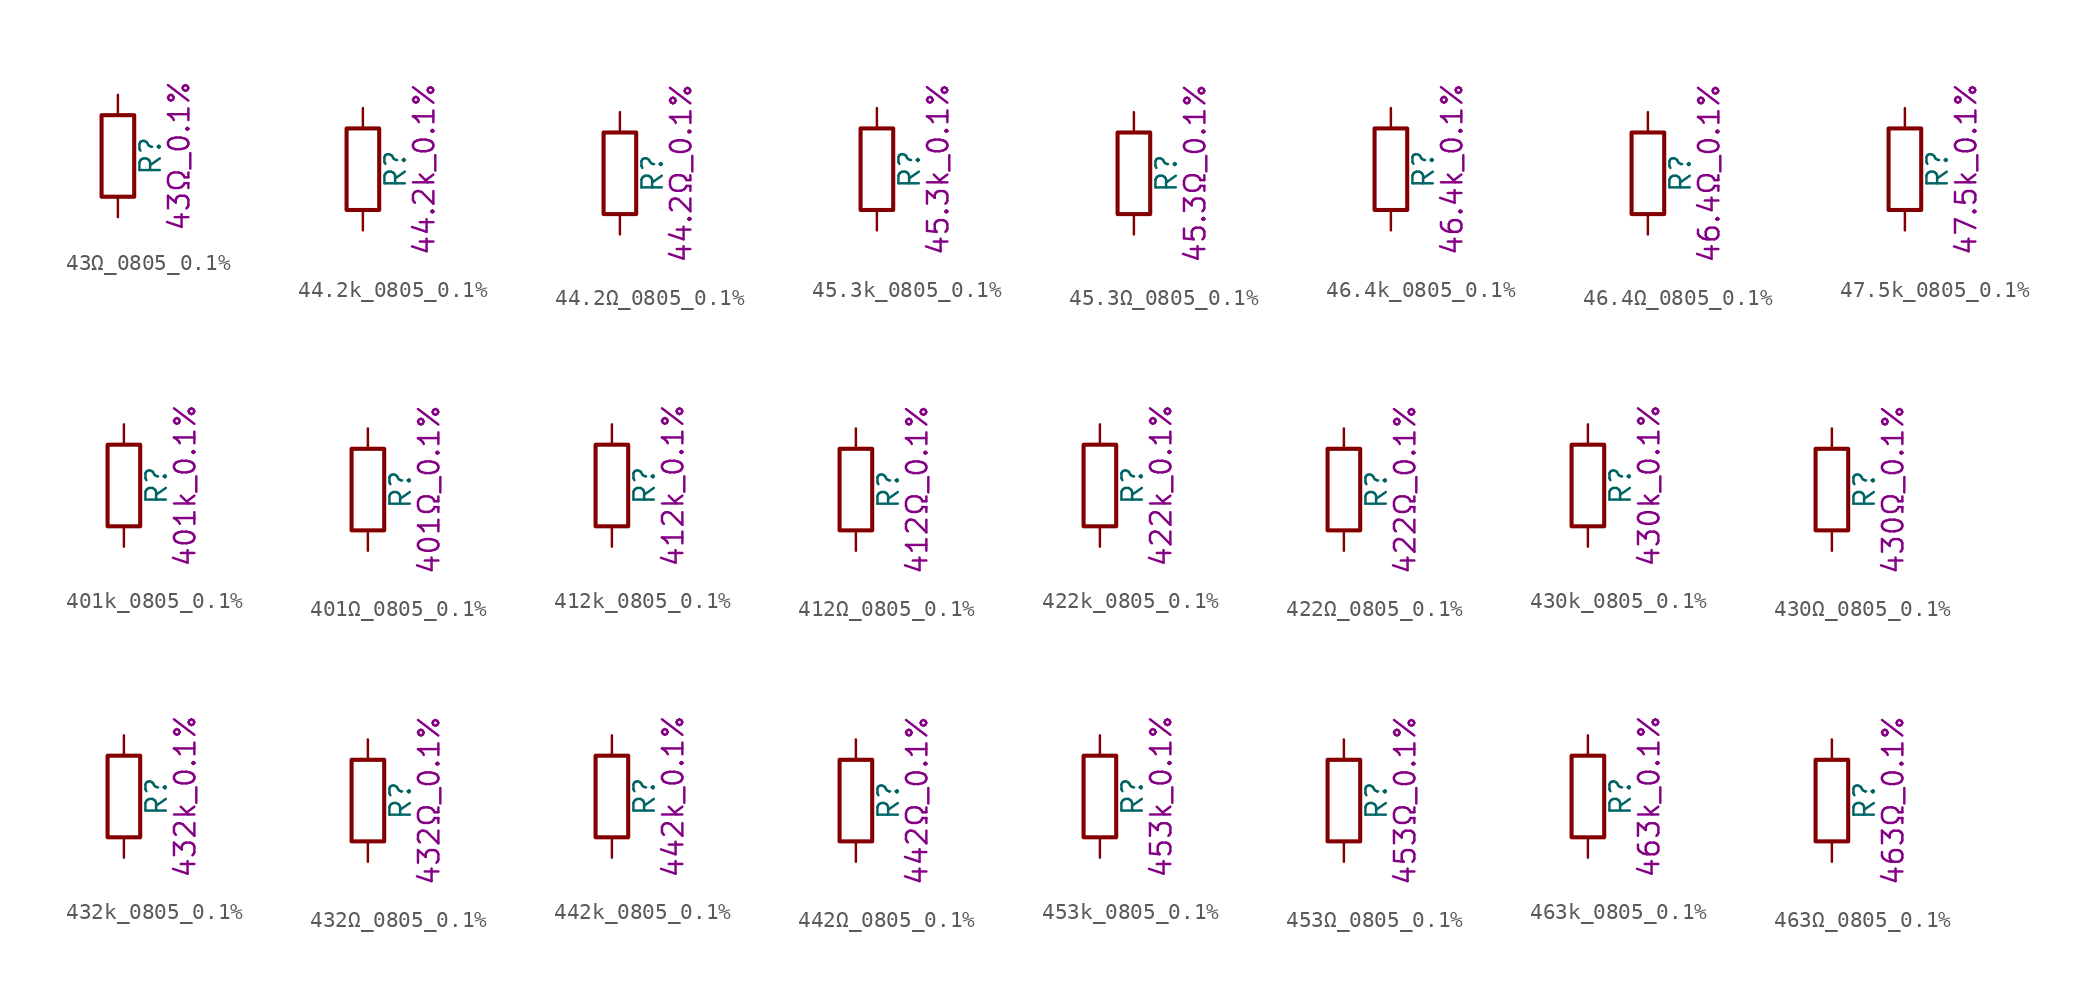
<source format=kicad_sym>
(kicad_symbol_lib
  (version 20211014)
  (generator kicad_symbol_editor)
  (symbol "43Ω_0805_0.1%"
    (pin_numbers hide)
    (pin_names
      (offset 0))
    (property "Reference" "R"
      (at 2.032 0 90)
      (effects (font (size 1.27 1.27))))
    (property "Display" "43Ω_0.1%"
      (at 3.81 0 90)
      (effects (font (size 1.27 1.27))))
    (symbol "43Ω_0805_0.1%_0_1"
      (rectangle (start -1.016 -2.54) (end 1.016 2.54) (stroke (width 0.254) (type default) (color 0 0 0 0)) (fill (type none))))
    (symbol "43Ω_0805_0.1%_1_1"
      (pin passive line (at 0 3.81 270) (length 1.27) (name "~" (effects (font (size 1.27 1.27)))) (number "1" (effects (font (size 1.27 1.27)))))
      (pin passive line (at 0 -3.81 90) (length 1.27) (name "~" (effects (font (size 1.27 1.27)))) (number "2" (effects (font (size 1.27 1.27)))))))
  (symbol "44.2k_0805_0.1%"
    (pin_numbers hide)
    (pin_names
      (offset 0))
    (property "Reference" "R"
      (at 2.032 0 90)
      (effects (font (size 1.27 1.27))))
    (property "Display" "44.2k_0.1%"
      (at 3.81 0 90)
      (effects (font (size 1.27 1.27))))
    (symbol "44.2k_0805_0.1%_0_1"
      (rectangle (start -1.016 -2.54) (end 1.016 2.54) (stroke (width 0.254) (type default) (color 0 0 0 0)) (fill (type none))))
    (symbol "44.2k_0805_0.1%_1_1"
      (pin passive line (at 0 3.81 270) (length 1.27) (name "~" (effects (font (size 1.27 1.27)))) (number "1" (effects (font (size 1.27 1.27)))))
      (pin passive line (at 0 -3.81 90) (length 1.27) (name "~" (effects (font (size 1.27 1.27)))) (number "2" (effects (font (size 1.27 1.27)))))))
  (symbol "44.2Ω_0805_0.1%"
    (pin_numbers hide)
    (pin_names
      (offset 0))
    (property "Reference" "R"
      (at 2.032 0 90)
      (effects (font (size 1.27 1.27))))
    (property "Display" "44.2Ω_0.1%"
      (at 3.81 0 90)
      (effects (font (size 1.27 1.27))))
    (symbol "44.2Ω_0805_0.1%_0_1"
      (rectangle (start -1.016 -2.54) (end 1.016 2.54) (stroke (width 0.254) (type default) (color 0 0 0 0)) (fill (type none))))
    (symbol "44.2Ω_0805_0.1%_1_1"
      (pin passive line (at 0 3.81 270) (length 1.27) (name "~" (effects (font (size 1.27 1.27)))) (number "1" (effects (font (size 1.27 1.27)))))
      (pin passive line (at 0 -3.81 90) (length 1.27) (name "~" (effects (font (size 1.27 1.27)))) (number "2" (effects (font (size 1.27 1.27)))))))
  (symbol "45.3k_0805_0.1%"
    (pin_numbers hide)
    (pin_names
      (offset 0))
    (property "Reference" "R"
      (at 2.032 0 90)
      (effects (font (size 1.27 1.27))))
    (property "Display" "45.3k_0.1%"
      (at 3.81 0 90)
      (effects (font (size 1.27 1.27))))
    (symbol "45.3k_0805_0.1%_0_1"
      (rectangle (start -1.016 -2.54) (end 1.016 2.54) (stroke (width 0.254) (type default) (color 0 0 0 0)) (fill (type none))))
    (symbol "45.3k_0805_0.1%_1_1"
      (pin passive line (at 0 3.81 270) (length 1.27) (name "~" (effects (font (size 1.27 1.27)))) (number "1" (effects (font (size 1.27 1.27)))))
      (pin passive line (at 0 -3.81 90) (length 1.27) (name "~" (effects (font (size 1.27 1.27)))) (number "2" (effects (font (size 1.27 1.27)))))))
  (symbol "45.3Ω_0805_0.1%"
    (pin_numbers hide)
    (pin_names
      (offset 0))
    (property "Reference" "R"
      (at 2.032 0 90)
      (effects (font (size 1.27 1.27))))
    (property "Display" "45.3Ω_0.1%"
      (at 3.81 0 90)
      (effects (font (size 1.27 1.27))))
    (symbol "45.3Ω_0805_0.1%_0_1"
      (rectangle (start -1.016 -2.54) (end 1.016 2.54) (stroke (width 0.254) (type default) (color 0 0 0 0)) (fill (type none))))
    (symbol "45.3Ω_0805_0.1%_1_1"
      (pin passive line (at 0 3.81 270) (length 1.27) (name "~" (effects (font (size 1.27 1.27)))) (number "1" (effects (font (size 1.27 1.27)))))
      (pin passive line (at 0 -3.81 90) (length 1.27) (name "~" (effects (font (size 1.27 1.27)))) (number "2" (effects (font (size 1.27 1.27)))))))
  (symbol "46.4k_0805_0.1%"
    (pin_numbers hide)
    (pin_names
      (offset 0))
    (property "Reference" "R"
      (at 2.032 0 90)
      (effects (font (size 1.27 1.27))))
    (property "Display" "46.4k_0.1%"
      (at 3.81 0 90)
      (effects (font (size 1.27 1.27))))
    (symbol "46.4k_0805_0.1%_0_1"
      (rectangle (start -1.016 -2.54) (end 1.016 2.54) (stroke (width 0.254) (type default) (color 0 0 0 0)) (fill (type none))))
    (symbol "46.4k_0805_0.1%_1_1"
      (pin passive line (at 0 3.81 270) (length 1.27) (name "~" (effects (font (size 1.27 1.27)))) (number "1" (effects (font (size 1.27 1.27)))))
      (pin passive line (at 0 -3.81 90) (length 1.27) (name "~" (effects (font (size 1.27 1.27)))) (number "2" (effects (font (size 1.27 1.27)))))))
  (symbol "46.4Ω_0805_0.1%"
    (pin_numbers hide)
    (pin_names
      (offset 0))
    (property "Reference" "R"
      (at 2.032 0 90)
      (effects (font (size 1.27 1.27))))
    (property "Display" "46.4Ω_0.1%"
      (at 3.81 0 90)
      (effects (font (size 1.27 1.27))))
    (symbol "46.4Ω_0805_0.1%_0_1"
      (rectangle (start -1.016 -2.54) (end 1.016 2.54) (stroke (width 0.254) (type default) (color 0 0 0 0)) (fill (type none))))
    (symbol "46.4Ω_0805_0.1%_1_1"
      (pin passive line (at 0 3.81 270) (length 1.27) (name "~" (effects (font (size 1.27 1.27)))) (number "1" (effects (font (size 1.27 1.27)))))
      (pin passive line (at 0 -3.81 90) (length 1.27) (name "~" (effects (font (size 1.27 1.27)))) (number "2" (effects (font (size 1.27 1.27)))))))
  (symbol "47.5k_0805_0.1%"
    (pin_numbers hide)
    (pin_names
      (offset 0))
    (property "Reference" "R"
      (at 2.032 0 90)
      (effects (font (size 1.27 1.27))))
    (property "Display" "47.5k_0.1%"
      (at 3.81 0 90)
      (effects (font (size 1.27 1.27))))
    (symbol "47.5k_0805_0.1%_0_1"
      (rectangle (start -1.016 -2.54) (end 1.016 2.54) (stroke (width 0.254) (type default) (color 0 0 0 0)) (fill (type none))))
    (symbol "47.5k_0805_0.1%_1_1"
      (pin passive line (at 0 3.81 270) (length 1.27) (name "~" (effects (font (size 1.27 1.27)))) (number "1" (effects (font (size 1.27 1.27)))))
      (pin passive line (at 0 -3.81 90) (length 1.27) (name "~" (effects (font (size 1.27 1.27)))) (number "2" (effects (font (size 1.27 1.27)))))))
  (symbol "401k_0805_0.1%"
    (pin_numbers hide)
    (pin_names
      (offset 0))
    (property "Reference" "R"
      (at 2.032 0 90)
      (effects (font (size 1.27 1.27))))
    (property "Display" "401k_0.1%"
      (at 3.81 0 90)
      (effects (font (size 1.27 1.27))))
    (symbol "401k_0805_0.1%_0_1"
      (rectangle (start -1.016 -2.54) (end 1.016 2.54) (stroke (width 0.254) (type default) (color 0 0 0 0)) (fill (type none))))
    (symbol "401k_0805_0.1%_1_1"
      (pin passive line (at 0 3.81 270) (length 1.27) (name "~" (effects (font (size 1.27 1.27)))) (number "1" (effects (font (size 1.27 1.27)))))
      (pin passive line (at 0 -3.81 90) (length 1.27) (name "~" (effects (font (size 1.27 1.27)))) (number "2" (effects (font (size 1.27 1.27)))))))
  (symbol "401Ω_0805_0.1%"
    (pin_numbers hide)
    (pin_names
      (offset 0))
    (property "Reference" "R"
      (at 2.032 0 90)
      (effects (font (size 1.27 1.27))))
    (property "Display" "401Ω_0.1%"
      (at 3.81 0 90)
      (effects (font (size 1.27 1.27))))
    (symbol "401Ω_0805_0.1%_0_1"
      (rectangle (start -1.016 -2.54) (end 1.016 2.54) (stroke (width 0.254) (type default) (color 0 0 0 0)) (fill (type none))))
    (symbol "401Ω_0805_0.1%_1_1"
      (pin passive line (at 0 3.81 270) (length 1.27) (name "~" (effects (font (size 1.27 1.27)))) (number "1" (effects (font (size 1.27 1.27)))))
      (pin passive line (at 0 -3.81 90) (length 1.27) (name "~" (effects (font (size 1.27 1.27)))) (number "2" (effects (font (size 1.27 1.27)))))))
  (symbol "412k_0805_0.1%"
    (pin_numbers hide)
    (pin_names
      (offset 0))
    (property "Reference" "R"
      (at 2.032 0 90)
      (effects (font (size 1.27 1.27))))
    (property "Display" "412k_0.1%"
      (at 3.81 0 90)
      (effects (font (size 1.27 1.27))))
    (symbol "412k_0805_0.1%_0_1"
      (rectangle (start -1.016 -2.54) (end 1.016 2.54) (stroke (width 0.254) (type default) (color 0 0 0 0)) (fill (type none))))
    (symbol "412k_0805_0.1%_1_1"
      (pin passive line (at 0 3.81 270) (length 1.27) (name "~" (effects (font (size 1.27 1.27)))) (number "1" (effects (font (size 1.27 1.27)))))
      (pin passive line (at 0 -3.81 90) (length 1.27) (name "~" (effects (font (size 1.27 1.27)))) (number "2" (effects (font (size 1.27 1.27)))))))
  (symbol "412Ω_0805_0.1%"
    (pin_numbers hide)
    (pin_names
      (offset 0))
    (property "Reference" "R"
      (at 2.032 0 90)
      (effects (font (size 1.27 1.27))))
    (property "Display" "412Ω_0.1%"
      (at 3.81 0 90)
      (effects (font (size 1.27 1.27))))
    (symbol "412Ω_0805_0.1%_0_1"
      (rectangle (start -1.016 -2.54) (end 1.016 2.54) (stroke (width 0.254) (type default) (color 0 0 0 0)) (fill (type none))))
    (symbol "412Ω_0805_0.1%_1_1"
      (pin passive line (at 0 3.81 270) (length 1.27) (name "~" (effects (font (size 1.27 1.27)))) (number "1" (effects (font (size 1.27 1.27)))))
      (pin passive line (at 0 -3.81 90) (length 1.27) (name "~" (effects (font (size 1.27 1.27)))) (number "2" (effects (font (size 1.27 1.27)))))))
  (symbol "422k_0805_0.1%"
    (pin_numbers hide)
    (pin_names
      (offset 0))
    (property "Reference" "R"
      (at 2.032 0 90)
      (effects (font (size 1.27 1.27))))
    (property "Display" "422k_0.1%"
      (at 3.81 0 90)
      (effects (font (size 1.27 1.27))))
    (symbol "422k_0805_0.1%_0_1"
      (rectangle (start -1.016 -2.54) (end 1.016 2.54) (stroke (width 0.254) (type default) (color 0 0 0 0)) (fill (type none))))
    (symbol "422k_0805_0.1%_1_1"
      (pin passive line (at 0 3.81 270) (length 1.27) (name "~" (effects (font (size 1.27 1.27)))) (number "1" (effects (font (size 1.27 1.27)))))
      (pin passive line (at 0 -3.81 90) (length 1.27) (name "~" (effects (font (size 1.27 1.27)))) (number "2" (effects (font (size 1.27 1.27)))))))
  (symbol "422Ω_0805_0.1%"
    (pin_numbers hide)
    (pin_names
      (offset 0))
    (property "Reference" "R"
      (at 2.032 0 90)
      (effects (font (size 1.27 1.27))))
    (property "Display" "422Ω_0.1%"
      (at 3.81 0 90)
      (effects (font (size 1.27 1.27))))
    (symbol "422Ω_0805_0.1%_0_1"
      (rectangle (start -1.016 -2.54) (end 1.016 2.54) (stroke (width 0.254) (type default) (color 0 0 0 0)) (fill (type none))))
    (symbol "422Ω_0805_0.1%_1_1"
      (pin passive line (at 0 3.81 270) (length 1.27) (name "~" (effects (font (size 1.27 1.27)))) (number "1" (effects (font (size 1.27 1.27)))))
      (pin passive line (at 0 -3.81 90) (length 1.27) (name "~" (effects (font (size 1.27 1.27)))) (number "2" (effects (font (size 1.27 1.27)))))))
  (symbol "430k_0805_0.1%"
    (pin_numbers hide)
    (pin_names
      (offset 0))
    (property "Reference" "R"
      (at 2.032 0 90)
      (effects (font (size 1.27 1.27))))
    (property "Display" "430k_0.1%"
      (at 3.81 0 90)
      (effects (font (size 1.27 1.27))))
    (symbol "430k_0805_0.1%_0_1"
      (rectangle (start -1.016 -2.54) (end 1.016 2.54) (stroke (width 0.254) (type default) (color 0 0 0 0)) (fill (type none))))
    (symbol "430k_0805_0.1%_1_1"
      (pin passive line (at 0 3.81 270) (length 1.27) (name "~" (effects (font (size 1.27 1.27)))) (number "1" (effects (font (size 1.27 1.27)))))
      (pin passive line (at 0 -3.81 90) (length 1.27) (name "~" (effects (font (size 1.27 1.27)))) (number "2" (effects (font (size 1.27 1.27)))))))
  (symbol "430Ω_0805_0.1%"
    (pin_numbers hide)
    (pin_names
      (offset 0))
    (property "Reference" "R"
      (at 2.032 0 90)
      (effects (font (size 1.27 1.27))))
    (property "Display" "430Ω_0.1%"
      (at 3.81 0 90)
      (effects (font (size 1.27 1.27))))
    (symbol "430Ω_0805_0.1%_0_1"
      (rectangle (start -1.016 -2.54) (end 1.016 2.54) (stroke (width 0.254) (type default) (color 0 0 0 0)) (fill (type none))))
    (symbol "430Ω_0805_0.1%_1_1"
      (pin passive line (at 0 3.81 270) (length 1.27) (name "~" (effects (font (size 1.27 1.27)))) (number "1" (effects (font (size 1.27 1.27)))))
      (pin passive line (at 0 -3.81 90) (length 1.27) (name "~" (effects (font (size 1.27 1.27)))) (number "2" (effects (font (size 1.27 1.27)))))))
  (symbol "432k_0805_0.1%"
    (pin_numbers hide)
    (pin_names
      (offset 0))
    (property "Reference" "R"
      (at 2.032 0 90)
      (effects (font (size 1.27 1.27))))
    (property "Display" "432k_0.1%"
      (at 3.81 0 90)
      (effects (font (size 1.27 1.27))))
    (symbol "432k_0805_0.1%_0_1"
      (rectangle (start -1.016 -2.54) (end 1.016 2.54) (stroke (width 0.254) (type default) (color 0 0 0 0)) (fill (type none))))
    (symbol "432k_0805_0.1%_1_1"
      (pin passive line (at 0 3.81 270) (length 1.27) (name "~" (effects (font (size 1.27 1.27)))) (number "1" (effects (font (size 1.27 1.27)))))
      (pin passive line (at 0 -3.81 90) (length 1.27) (name "~" (effects (font (size 1.27 1.27)))) (number "2" (effects (font (size 1.27 1.27)))))))
  (symbol "432Ω_0805_0.1%"
    (pin_numbers hide)
    (pin_names
      (offset 0))
    (property "Reference" "R"
      (at 2.032 0 90)
      (effects (font (size 1.27 1.27))))
    (property "Display" "432Ω_0.1%"
      (at 3.81 0 90)
      (effects (font (size 1.27 1.27))))
    (symbol "432Ω_0805_0.1%_0_1"
      (rectangle (start -1.016 -2.54) (end 1.016 2.54) (stroke (width 0.254) (type default) (color 0 0 0 0)) (fill (type none))))
    (symbol "432Ω_0805_0.1%_1_1"
      (pin passive line (at 0 3.81 270) (length 1.27) (name "~" (effects (font (size 1.27 1.27)))) (number "1" (effects (font (size 1.27 1.27)))))
      (pin passive line (at 0 -3.81 90) (length 1.27) (name "~" (effects (font (size 1.27 1.27)))) (number "2" (effects (font (size 1.27 1.27)))))))
  (symbol "442k_0805_0.1%"
    (pin_numbers hide)
    (pin_names
      (offset 0))
    (property "Reference" "R"
      (at 2.032 0 90)
      (effects (font (size 1.27 1.27))))
    (property "Display" "442k_0.1%"
      (at 3.81 0 90)
      (effects (font (size 1.27 1.27))))
    (symbol "442k_0805_0.1%_0_1"
      (rectangle (start -1.016 -2.54) (end 1.016 2.54) (stroke (width 0.254) (type default) (color 0 0 0 0)) (fill (type none))))
    (symbol "442k_0805_0.1%_1_1"
      (pin passive line (at 0 3.81 270) (length 1.27) (name "~" (effects (font (size 1.27 1.27)))) (number "1" (effects (font (size 1.27 1.27)))))
      (pin passive line (at 0 -3.81 90) (length 1.27) (name "~" (effects (font (size 1.27 1.27)))) (number "2" (effects (font (size 1.27 1.27)))))))
  (symbol "442Ω_0805_0.1%"
    (pin_numbers hide)
    (pin_names
      (offset 0))
    (property "Reference" "R"
      (at 2.032 0 90)
      (effects (font (size 1.27 1.27))))
    (property "Display" "442Ω_0.1%"
      (at 3.81 0 90)
      (effects (font (size 1.27 1.27))))
    (symbol "442Ω_0805_0.1%_0_1"
      (rectangle (start -1.016 -2.54) (end 1.016 2.54) (stroke (width 0.254) (type default) (color 0 0 0 0)) (fill (type none))))
    (symbol "442Ω_0805_0.1%_1_1"
      (pin passive line (at 0 3.81 270) (length 1.27) (name "~" (effects (font (size 1.27 1.27)))) (number "1" (effects (font (size 1.27 1.27)))))
      (pin passive line (at 0 -3.81 90) (length 1.27) (name "~" (effects (font (size 1.27 1.27)))) (number "2" (effects (font (size 1.27 1.27)))))))
  (symbol "453k_0805_0.1%"
    (pin_numbers hide)
    (pin_names
      (offset 0))
    (property "Reference" "R"
      (at 2.032 0 90)
      (effects (font (size 1.27 1.27))))
    (property "Display" "453k_0.1%"
      (at 3.81 0 90)
      (effects (font (size 1.27 1.27))))
    (symbol "453k_0805_0.1%_0_1"
      (rectangle (start -1.016 -2.54) (end 1.016 2.54) (stroke (width 0.254) (type default) (color 0 0 0 0)) (fill (type none))))
    (symbol "453k_0805_0.1%_1_1"
      (pin passive line (at 0 3.81 270) (length 1.27) (name "~" (effects (font (size 1.27 1.27)))) (number "1" (effects (font (size 1.27 1.27)))))
      (pin passive line (at 0 -3.81 90) (length 1.27) (name "~" (effects (font (size 1.27 1.27)))) (number "2" (effects (font (size 1.27 1.27)))))))
  (symbol "453Ω_0805_0.1%"
    (pin_numbers hide)
    (pin_names
      (offset 0))
    (property "Reference" "R"
      (at 2.032 0 90)
      (effects (font (size 1.27 1.27))))
    (property "Display" "453Ω_0.1%"
      (at 3.81 0 90)
      (effects (font (size 1.27 1.27))))
    (symbol "453Ω_0805_0.1%_0_1"
      (rectangle (start -1.016 -2.54) (end 1.016 2.54) (stroke (width 0.254) (type default) (color 0 0 0 0)) (fill (type none))))
    (symbol "453Ω_0805_0.1%_1_1"
      (pin passive line (at 0 3.81 270) (length 1.27) (name "~" (effects (font (size 1.27 1.27)))) (number "1" (effects (font (size 1.27 1.27)))))
      (pin passive line (at 0 -3.81 90) (length 1.27) (name "~" (effects (font (size 1.27 1.27)))) (number "2" (effects (font (size 1.27 1.27)))))))
  (symbol "463k_0805_0.1%"
    (pin_numbers hide)
    (pin_names
      (offset 0))
    (property "Reference" "R"
      (at 2.032 0 90)
      (effects (font (size 1.27 1.27))))
    (property "Display" "463k_0.1%"
      (at 3.81 0 90)
      (effects (font (size 1.27 1.27))))
    (symbol "463k_0805_0.1%_0_1"
      (rectangle (start -1.016 -2.54) (end 1.016 2.54) (stroke (width 0.254) (type default) (color 0 0 0 0)) (fill (type none))))
    (symbol "463k_0805_0.1%_1_1"
      (pin passive line (at 0 3.81 270) (length 1.27) (name "~" (effects (font (size 1.27 1.27)))) (number "1" (effects (font (size 1.27 1.27)))))
      (pin passive line (at 0 -3.81 90) (length 1.27) (name "~" (effects (font (size 1.27 1.27)))) (number "2" (effects (font (size 1.27 1.27)))))))
  (symbol "463Ω_0805_0.1%"
    (pin_numbers hide)
    (pin_names
      (offset 0))
    (property "Reference" "R"
      (at 2.032 0 90)
      (effects (font (size 1.27 1.27))))
    (property "Display" "463Ω_0.1%"
      (at 3.81 0 90)
      (effects (font (size 1.27 1.27))))
    (symbol "463Ω_0805_0.1%_0_1"
      (rectangle (start -1.016 -2.54) (end 1.016 2.54) (stroke (width 0.254) (type default) (color 0 0 0 0)) (fill (type none))))
    (symbol "463Ω_0805_0.1%_1_1"
      (pin passive line (at 0 3.81 270) (length 1.27) (name "~" (effects (font (size 1.27 1.27)))) (number "1" (effects (font (size 1.27 1.27)))))
      (pin passive line (at 0 -3.81 90) (length 1.27) (name "~" (effects (font (size 1.27 1.27)))) (number "2" (effects (font (size 1.27 1.27))))))))
</source>
